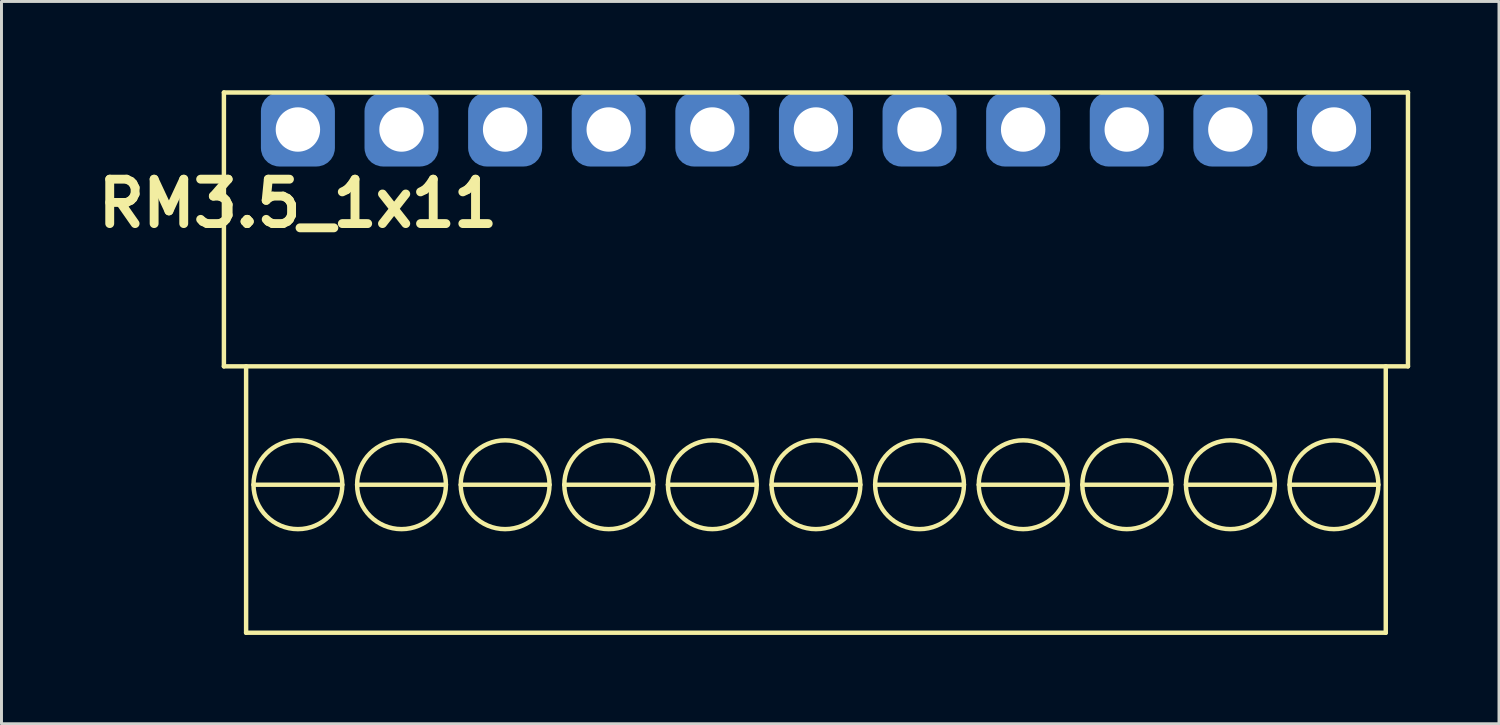
<source format=kicad_pcb>
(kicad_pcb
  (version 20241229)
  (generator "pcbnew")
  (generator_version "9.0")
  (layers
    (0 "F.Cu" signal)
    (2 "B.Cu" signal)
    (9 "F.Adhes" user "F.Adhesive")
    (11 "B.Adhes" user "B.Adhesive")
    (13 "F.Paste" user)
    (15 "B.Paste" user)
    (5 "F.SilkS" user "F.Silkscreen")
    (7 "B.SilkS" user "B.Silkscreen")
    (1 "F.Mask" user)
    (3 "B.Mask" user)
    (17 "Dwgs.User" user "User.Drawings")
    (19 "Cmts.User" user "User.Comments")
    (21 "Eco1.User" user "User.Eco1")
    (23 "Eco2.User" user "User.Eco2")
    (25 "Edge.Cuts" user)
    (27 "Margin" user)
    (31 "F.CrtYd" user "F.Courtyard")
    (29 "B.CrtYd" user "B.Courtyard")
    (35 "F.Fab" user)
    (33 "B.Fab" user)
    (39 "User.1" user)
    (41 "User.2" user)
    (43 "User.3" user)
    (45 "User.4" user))
  (footprint "RM3.5_1x11"
    (layer "F.Cu")
    (at 7.014 1.325)
    (property "Reference" "RM3.5_1x11" (at 0 2.5 0) (layer "F.SilkS") (effects (font (size 1.5 1.5) (thickness 0.3))))
    (attr through_hole)
    (fp_line (start -2.5 -1.25) (end -2.5 8) (stroke (width 0.15) (type solid)) (layer "F.SilkS"))
    (fp_line (start -2.5 8) (end 37.5 8) (stroke (width 0.15) (type solid)) (layer "F.SilkS"))
    (fp_line (start -1.75 17) (end -1.75 8) (stroke (width 0.15) (type solid)) (layer "F.SilkS"))
    (fp_line (start -1.75 17) (end 36.75 17) (stroke (width 0.15) (type solid)) (layer "F.SilkS"))
    (fp_line (start -1.5 12) (end 1.5 12) (stroke (width 0.15) (type solid)) (layer "F.SilkS"))
    (fp_line (start 2 12) (end 5 12) (stroke (width 0.15) (type solid)) (layer "F.SilkS"))
    (fp_line (start 5.5 12) (end 8.5 12) (stroke (width 0.15) (type solid)) (layer "F.SilkS"))
    (fp_line (start 9 12) (end 12 12) (stroke (width 0.15) (type solid)) (layer "F.SilkS"))
    (fp_line (start 12.5 12) (end 15.5 12) (stroke (width 0.15) (type solid)) (layer "F.SilkS"))
    (fp_line (start 16 12) (end 19 12) (stroke (width 0.15) (type solid)) (layer "F.SilkS"))
    (fp_line (start 19.5 12) (end 22.5 12) (stroke (width 0.15) (type solid)) (layer "F.SilkS"))
    (fp_line (start 23 12) (end 26 12) (stroke (width 0.15) (type solid)) (layer "F.SilkS"))
    (fp_line (start 26.5 12) (end 29.5 12) (stroke (width 0.15) (type solid)) (layer "F.SilkS"))
    (fp_line (start 30 12) (end 33 12) (stroke (width 0.15) (type solid)) (layer "F.SilkS"))
    (fp_line (start 33.5 12) (end 36.5 12) (stroke (width 0.15) (type solid)) (layer "F.SilkS"))
    (fp_line (start 36.75 17) (end 36.75 8) (stroke (width 0.15) (type solid)) (layer "F.SilkS"))
    (fp_line (start 37.5 -1.25) (end -2.5 -1.25) (stroke (width 0.15) (type solid)) (layer "F.SilkS"))
    (fp_line (start 37.5 8) (end 37.5 -1.25) (stroke (width 0.15) (type solid)) (layer "F.SilkS"))
    (fp_circle (center 0 12) (end 0 10.5) (stroke (width 0.15) (type solid)) (fill no) (layer "F.SilkS"))
    (fp_circle (center 3.5 12) (end 3.5 10.5) (stroke (width 0.15) (type solid)) (fill no) (layer "F.SilkS"))
    (fp_circle (center 7 12) (end 7 10.5) (stroke (width 0.15) (type solid)) (fill no) (layer "F.SilkS"))
    (fp_circle (center 10.5 12) (end 10.5 10.5) (stroke (width 0.15) (type solid)) (fill no) (layer "F.SilkS"))
    (fp_circle (center 14 12) (end 14 10.5) (stroke (width 0.15) (type solid)) (fill no) (layer "F.SilkS"))
    (fp_circle (center 17.5 12) (end 17.5 10.5) (stroke (width 0.15) (type solid)) (fill no) (layer "F.SilkS"))
    (fp_circle (center 21 12) (end 21 10.5) (stroke (width 0.15) (type solid)) (fill no) (layer "F.SilkS"))
    (fp_circle (center 24.5 12) (end 24.5 10.5) (stroke (width 0.15) (type solid)) (fill no) (layer "F.SilkS"))
    (fp_circle (center 28 12) (end 28 10.5) (stroke (width 0.15) (type solid)) (fill no) (layer "F.SilkS"))
    (fp_circle (center 31.5 12) (end 31.5 10.5) (stroke (width 0.15) (type solid)) (fill no) (layer "F.SilkS"))
    (fp_circle (center 35 12) (end 35 10.5) (stroke (width 0.15) (type solid)) (fill no) (layer "F.SilkS"))
    (pad "1" thru_hole circle (at 0 0) (size 1.8 1.8) (drill 1.5) (layers "*.Cu" "*.Mask"))
    (pad "1" smd roundrect (at 0 0) (size 2.5 2.5) (layers "B.Cu" "B.Mask") (roundrect_rratio 0.25))
    (pad "2" thru_hole circle (at 3.5 0) (size 1.8 1.8) (drill 1.5) (layers "*.Cu" "*.Mask"))
    (pad "2" smd roundrect (at 3.5 0) (size 2.5 2.5) (layers "B.Cu" "B.Mask") (roundrect_rratio 0.25))
    (pad "3" thru_hole circle (at 7 0) (size 1.8 1.8) (drill 1.5) (layers "*.Cu" "*.Mask"))
    (pad "3" smd roundrect (at 7 0) (size 2.5 2.5) (layers "B.Cu" "B.Mask") (roundrect_rratio 0.25))
    (pad "4" thru_hole circle (at 10.5 0) (size 1.8 1.8) (drill 1.5) (layers "*.Cu" "*.Mask"))
    (pad "4" smd roundrect (at 10.5 0) (size 2.5 2.5) (layers "B.Cu" "B.Mask") (roundrect_rratio 0.25))
    (pad "5" thru_hole circle (at 14 0) (size 1.8 1.8) (drill 1.5) (layers "*.Cu" "*.Mask"))
    (pad "5" smd roundrect (at 14 0) (size 2.5 2.5) (layers "B.Cu" "B.Mask") (roundrect_rratio 0.25))
    (pad "6" thru_hole circle (at 17.5 0) (size 1.8 1.8) (drill 1.5) (layers "*.Cu" "*.Mask"))
    (pad "6" smd roundrect (at 17.5 0) (size 2.5 2.5) (layers "B.Cu" "B.Mask") (roundrect_rratio 0.25))
    (pad "7" thru_hole circle (at 21 0) (size 1.8 1.8) (drill 1.5) (layers "*.Cu" "*.Mask"))
    (pad "7" smd roundrect (at 21 0) (size 2.5 2.5) (layers "B.Cu" "B.Mask") (roundrect_rratio 0.25))
    (pad "8" thru_hole circle (at 24.5 0) (size 1.8 1.8) (drill 1.5) (layers "*.Cu" "*.Mask"))
    (pad "8" smd roundrect (at 24.5 0) (size 2.5 2.5) (layers "B.Cu" "B.Mask") (roundrect_rratio 0.25))
    (pad "9" thru_hole circle (at 28 0) (size 1.8 1.8) (drill 1.5) (layers "*.Cu" "*.Mask"))
    (pad "9" smd roundrect (at 28 0) (size 2.5 2.5) (layers "B.Cu" "B.Mask") (roundrect_rratio 0.25))
    (pad "10" thru_hole circle (at 31.5 0) (size 1.8 1.8) (drill 1.5) (layers "*.Cu" "*.Mask"))
    (pad "10" smd roundrect (at 31.5 0) (size 2.5 2.5) (layers "B.Cu" "B.Mask") (roundrect_rratio 0.25))
    (pad "11" thru_hole circle (at 35 0) (size 1.8 1.8) (drill 1.5) (layers "*.Cu" "*.Mask"))
    (pad "11" smd roundrect (at 35 0) (size 2.5 2.5) (layers "B.Cu" "B.Mask") (roundrect_rratio 0.25)))
  (gr_rect
    (start -3 -3)
    (end 47.589 21.4)
    (stroke (width 0.1) (type default))
    (fill no)
    (layer "Edge.Cuts")))
</source>
